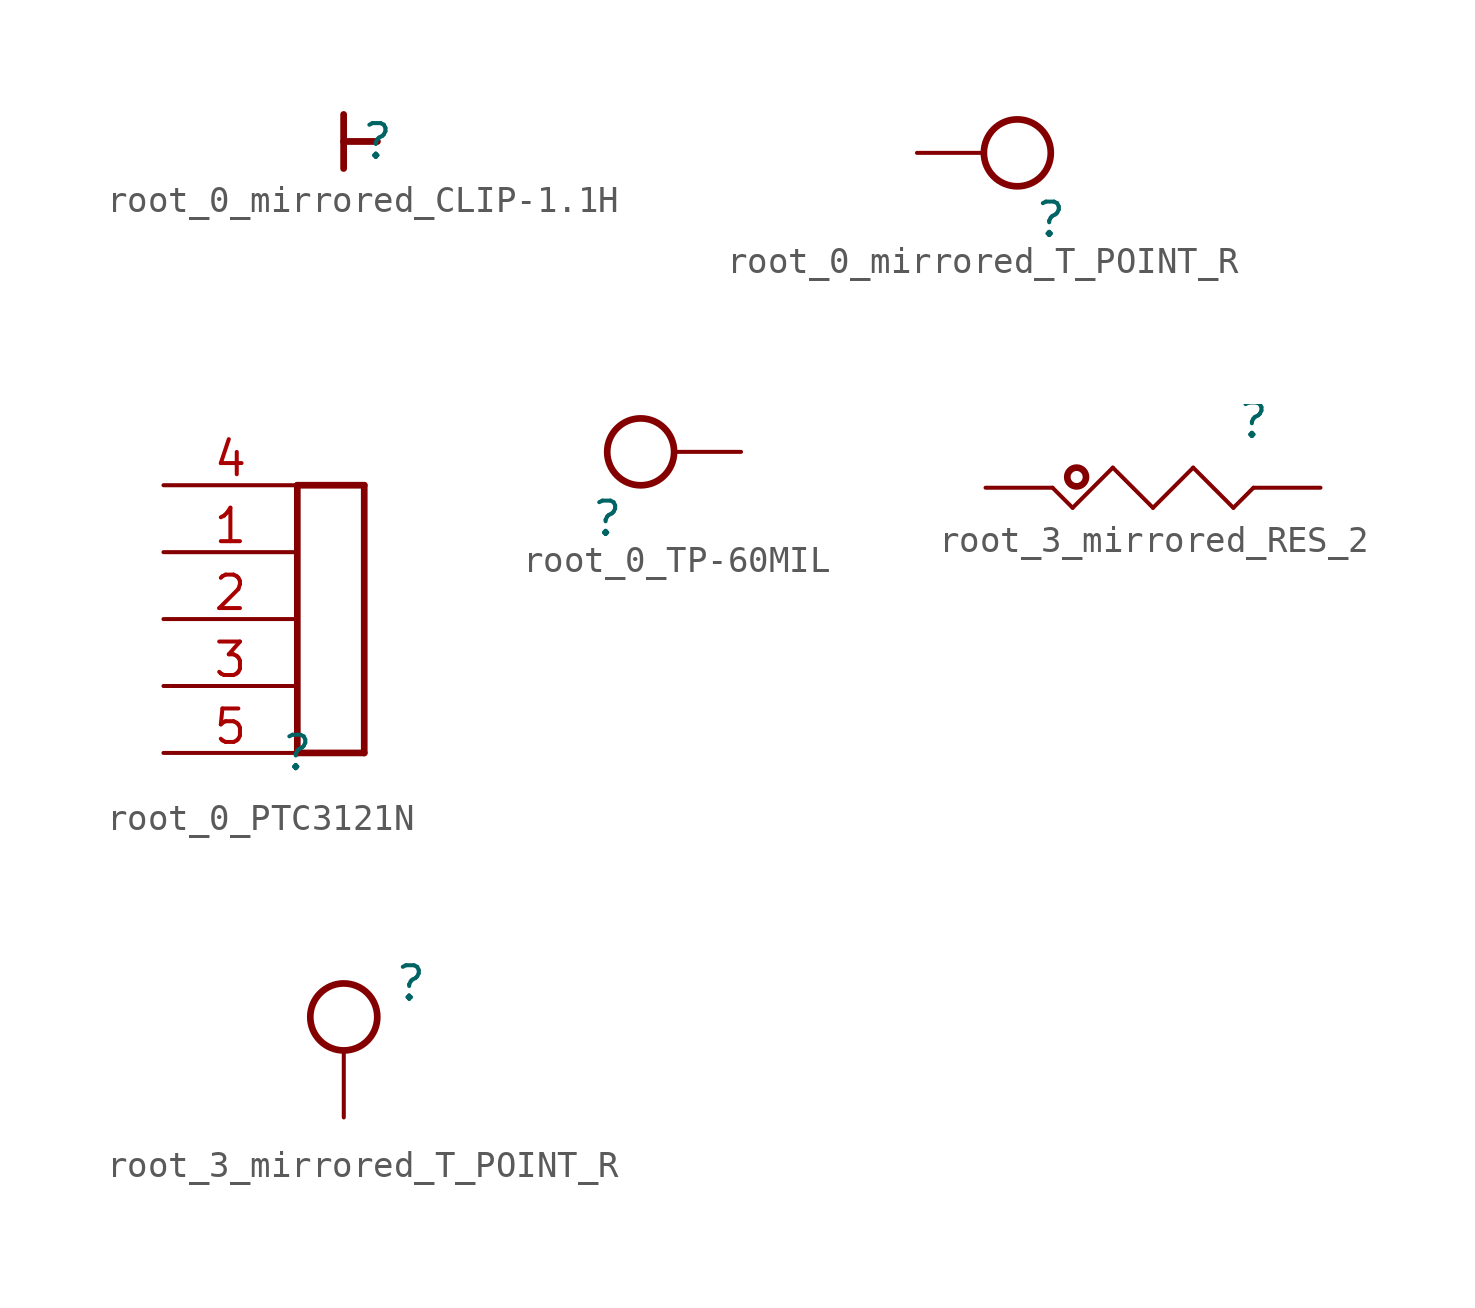
<source format=kicad_sym>
(kicad_symbol_lib
  (version 20220914)
  (generator kicad_symbol_editor)
  (symbol "root_0_mirrored_CLIP-1.1H"
    (property "Reference" ""
      (at 0 0 0)
      (effects (font (size 1.27 1.27))))
    (property "Value" ""
      (at 0 0 0)
      (effects (font (size 1.27 1.27))))
    (symbol "root_0_mirrored_CLIP-1.1H_1_0"
      (polyline (pts (xy -1.27 0) (xy 0 0)) (stroke (width 0.254) (type solid)) (fill (type none)))
      (polyline (pts (xy -1.27 1.016) (xy -1.27 -1.016)) (stroke (width 0.254) (type solid)) (fill (type none)))))
  (symbol "root_0_mirrored_T_POINT_R"
    (property "Reference" ""
      (at 0 0 0)
      (effects (font (size 1.27 1.27))))
    (property "Value" ""
      (at 0 0 0)
      (effects (font (size 1.27 1.27))))
    (symbol "root_0_mirrored_T_POINT_R_1_0"
      (circle (center -1.27 2.54) (radius 1.27) (stroke (width 0.254) (type solid)) (fill (type none)))
      (pin passive line (at -5.08 2.54 0) (length 2.54) (name "TP" (effects (font (size 0 0)))) (number "1" (effects (font (size 0 0)))))))
  (symbol "root_0_PTC3121N"
    (property "Reference" ""
      (at 0 0 0)
      (effects (font (size 1.27 1.27))))
    (property "Value" ""
      (at 0 0 0)
      (effects (font (size 1.27 1.27))))
    (symbol "root_0_PTC3121N_1_0"
      (polyline (pts (xy 0 0) (xy 0 10.16)) (stroke (width 0.254) (type solid)) (fill (type none)))
      (polyline (pts (xy 0 10.16) (xy 2.54 10.16)) (stroke (width 0.254) (type solid)) (fill (type none)))
      (polyline (pts (xy 2.54 0) (xy 0 0)) (stroke (width 0.254) (type solid)) (fill (type none)))
      (polyline (pts (xy 2.54 10.16) (xy 2.54 0)) (stroke (width 0.254) (type solid)) (fill (type none)))
      (pin passive line (at -5.08 7.62 0) (length 5.08) (name "1" (effects (font (size 0 0)))) (number "1" (effects (font (size 1.27 1.27)))))
      (pin passive line (at -5.08 5.08 0) (length 5.08) (name "2" (effects (font (size 0 0)))) (number "2" (effects (font (size 1.27 1.27)))))
      (pin passive line (at -5.08 2.54 0) (length 5.08) (name "3" (effects (font (size 0 0)))) (number "3" (effects (font (size 1.27 1.27)))))
      (pin passive line (at -5.08 10.16 0) (length 5.08) (name "4" (effects (font (size 0 0)))) (number "4" (effects (font (size 1.27 1.27)))))
      (pin passive line (at -5.08 0 0) (length 5.08) (name "5" (effects (font (size 0 0)))) (number "5" (effects (font (size 1.27 1.27)))))))
  (symbol "root_0_TP-60MIL"
    (property "Reference" ""
      (at 0 0 0)
      (effects (font (size 1.27 1.27))))
    (property "Value" ""
      (at 0 0 0)
      (effects (font (size 1.27 1.27))))
    (symbol "root_0_TP-60MIL_1_0"
      (circle (center 1.27 2.54) (radius 1.27) (stroke (width 0.254) (type solid)) (fill (type none)))
      (pin passive line (at 5.08 2.54 180) (length 2.54) (name "1" (effects (font (size 0 0)))) (number "1" (effects (font (size 0 0)))))))
  (symbol "root_3_mirrored_RES_2"
    (property "Reference" ""
      (at 0 0 0)
      (effects (font (size 1.27 1.27))))
    (property "Value" ""
      (at 0 0 0)
      (effects (font (size 1.27 1.27))))
    (symbol "root_3_mirrored_RES_2_1_0"
      (circle (center -6.706 -2.134) (radius 0.356) (stroke (width 0.254) (type solid)) (fill (type none)))
      (polyline (pts (xy -7.62 -2.54) (xy -6.858 -3.302)) (stroke (width 0) (type solid)) (fill (type none)))
      (polyline (pts (xy -6.858 -3.302) (xy -5.334 -1.778)) (stroke (width 0) (type solid)) (fill (type none)))
      (polyline (pts (xy -5.334 -1.778) (xy -3.81 -3.302)) (stroke (width 0) (type solid)) (fill (type none)))
      (polyline (pts (xy -3.81 -3.302) (xy -2.286 -1.778)) (stroke (width 0) (type solid)) (fill (type none)))
      (polyline (pts (xy -2.286 -1.778) (xy -0.762 -3.302)) (stroke (width 0) (type solid)) (fill (type none)))
      (polyline (pts (xy -0.762 -3.302) (xy 0 -2.54)) (stroke (width 0) (type solid)) (fill (type none)))
      (pin passive line (at -10.16 -2.54 0) (length 2.54) (name "1" (effects (font (size 0 0)))) (number "1" (effects (font (size 0 0)))))
      (pin passive line (at 2.54 -2.54 180) (length 2.54) (name "2" (effects (font (size 0 0)))) (number "2" (effects (font (size 0 0)))))))
  (symbol "root_3_mirrored_T_POINT_R"
    (property "Reference" ""
      (at 0 0 0)
      (effects (font (size 1.27 1.27))))
    (property "Value" ""
      (at 0 0 0)
      (effects (font (size 1.27 1.27))))
    (symbol "root_3_mirrored_T_POINT_R_1_0"
      (circle (center -2.54 -1.27) (radius 1.27) (stroke (width 0.254) (type solid)) (fill (type none)))
      (pin passive line (at -2.54 -5.08 90) (length 2.54) (name "TP" (effects (font (size 0 0)))) (number "1" (effects (font (size 0 0))))))))
</source>
